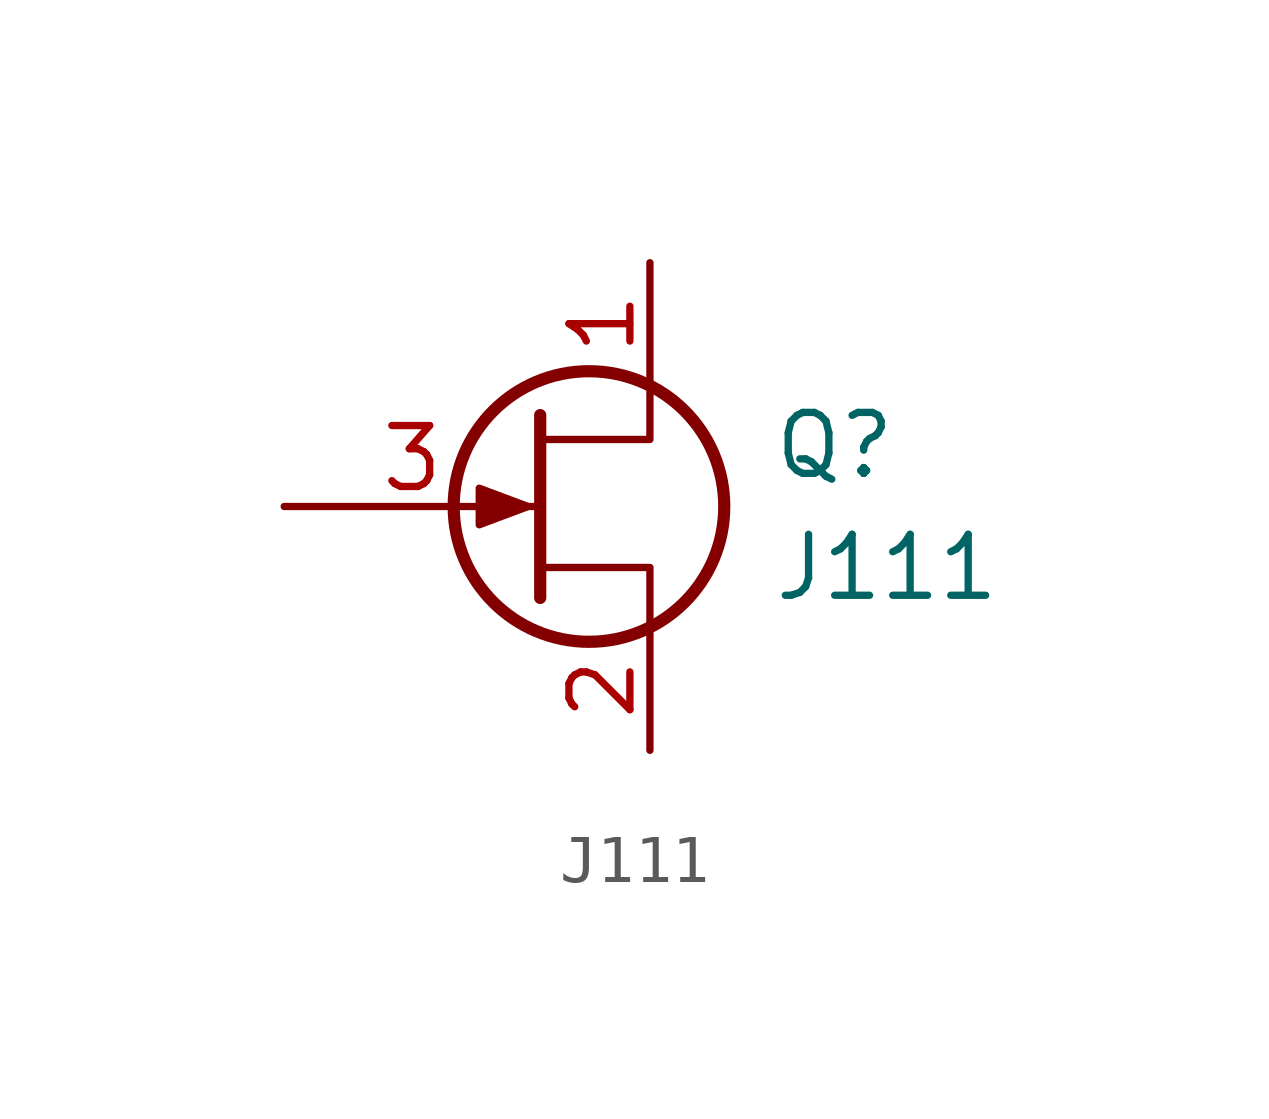
<source format=kicad_sym>
(kicad_symbol_lib
  (version 20211014)
  (generator kicad_symbol_editor)
  (symbol "J111"
    (pin_names
      (offset 0) hide)
    (property "Reference" "Q"
      (at 5.08 1.27 0)
      (effects (font (size 1.27 1.27)) (justify left)))
    (property "Value" "J111"
      (at 5.08 -1.27 0)
      (effects (font (size 1.27 1.27)) (justify left)))
    (symbol "J111_0_1"
      (polyline (pts (xy 0.254 1.905) (xy 0.254 -1.905) (xy 0.254 -1.905)) (stroke (width 0.254) (type default) (color 0 0 0 0)) (fill (type none)))
      (polyline (pts (xy 2.54 -2.54) (xy 2.54 -1.27) (xy 0.254 -1.27)) (stroke (width 0) (type default) (color 0 0 0 0)) (fill (type none)))
      (polyline (pts (xy 2.54 2.54) (xy 2.54 1.397) (xy 0.254 1.397)) (stroke (width 0) (type default) (color 0 0 0 0)) (fill (type none)))
      (polyline (pts (xy 0 0) (xy -1.016 0.381) (xy -1.016 -0.381) (xy 0 0)) (stroke (width 0) (type default) (color 0 0 0 0)) (fill (type outline)))
      (circle (center 1.27 0) (radius 2.819) (stroke (width 0.254) (type default) (color 0 0 0 0)) (fill (type none))))
    (symbol "J111_1_1"
      (pin passive line (at 2.54 5.08 270) (length 2.54) (name "D" (effects (font (size 1.27 1.27)))) (number "1" (effects (font (size 1.27 1.27)))))
      (pin passive line (at 2.54 -5.08 90) (length 2.54) (name "S" (effects (font (size 1.27 1.27)))) (number "2" (effects (font (size 1.27 1.27)))))
      (pin input line (at -5.08 0 0) (length 5.334) (name "G" (effects (font (size 1.27 1.27)))) (number "3" (effects (font (size 1.27 1.27))))))))
</source>
